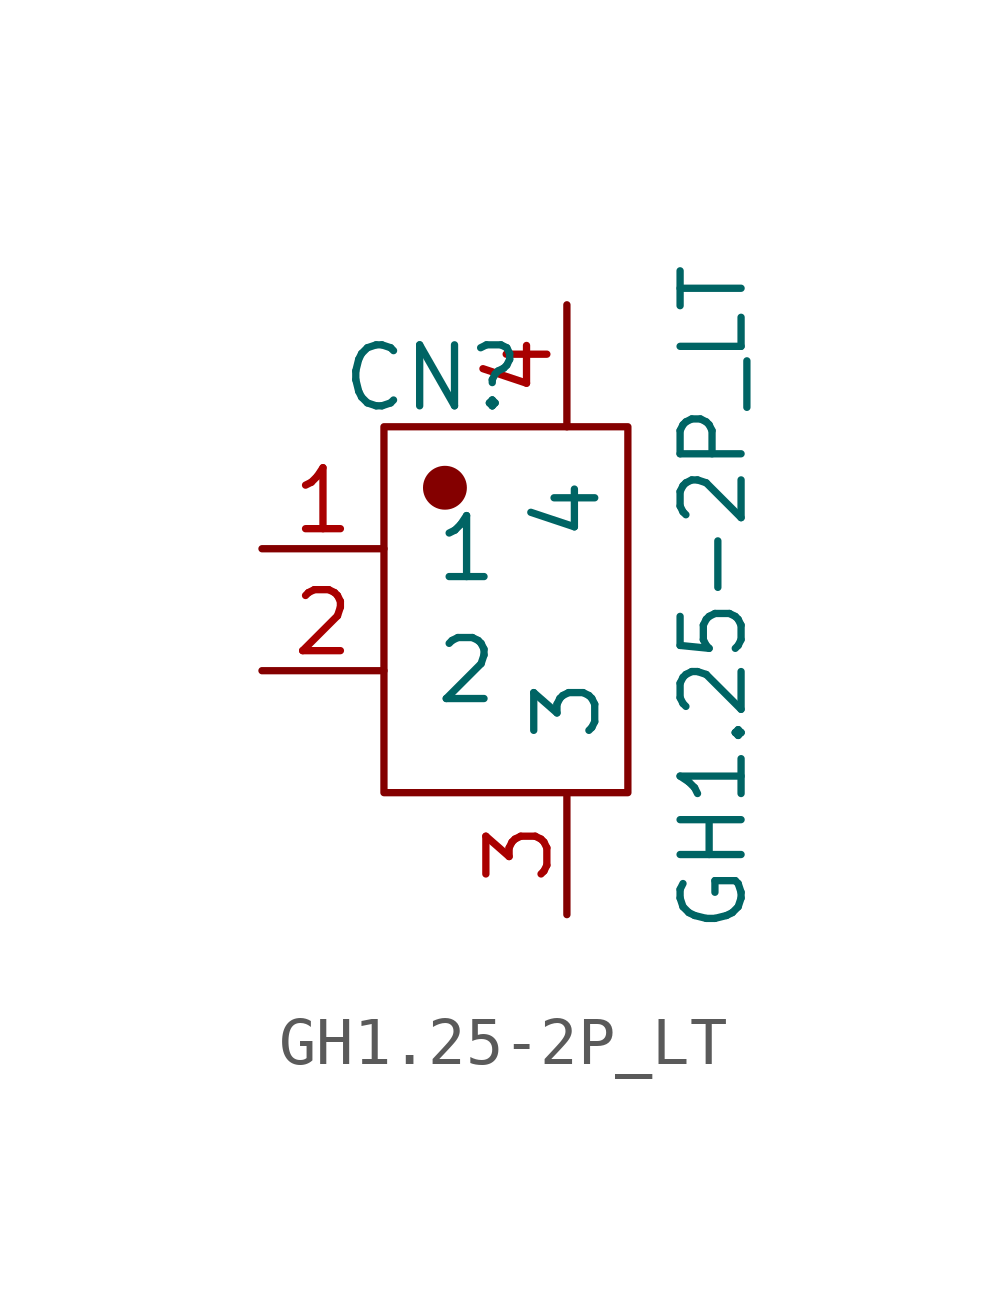
<source format=kicad_sym>
(kicad_symbol_lib
  (version 20231120)
  (generator "kicad_symbol_editor")
  (generator_version "8.0")
  (symbol "GH1.25-2P_LT"
    (pin_names
      (offset 1.016))
    (property "Reference" "CN"
      (at -1.524 4.826 0)
      (effects (font (size 1.27 1.27))))
    (property "Value" "GH1.25-2P_LT"
      (at 4.318 0.254 90)
      (effects (font (size 1.27 1.27))))
    (symbol "GH1.25-2P_LT_1_1"
      (rectangle (start -2.54 3.81) (end 2.54 -3.81) (stroke (width 0.152) (type solid)) (fill (type none)))
      (circle (center -1.27 2.54) (radius 0.381) (stroke (width 0.152) (type solid)) (fill (type outline)))
      (pin input line (at -5.08 1.27 0) (length 2.54) (name "1" (effects (font (size 1.27 1.27)))) (number "1" (effects (font (size 1.27 1.27)))))
      (pin input line (at -5.08 -1.27 0) (length 2.54) (name "2" (effects (font (size 1.27 1.27)))) (number "2" (effects (font (size 1.27 1.27)))))
      (pin input line (at 1.27 -6.35 90) (length 2.54) (name "3" (effects (font (size 1.27 1.27)))) (number "3" (effects (font (size 1.27 1.27)))))
      (pin input line (at 1.27 6.35 270) (length 2.54) (name "4" (effects (font (size 1.27 1.27)))) (number "4" (effects (font (size 1.27 1.27))))))))
</source>
